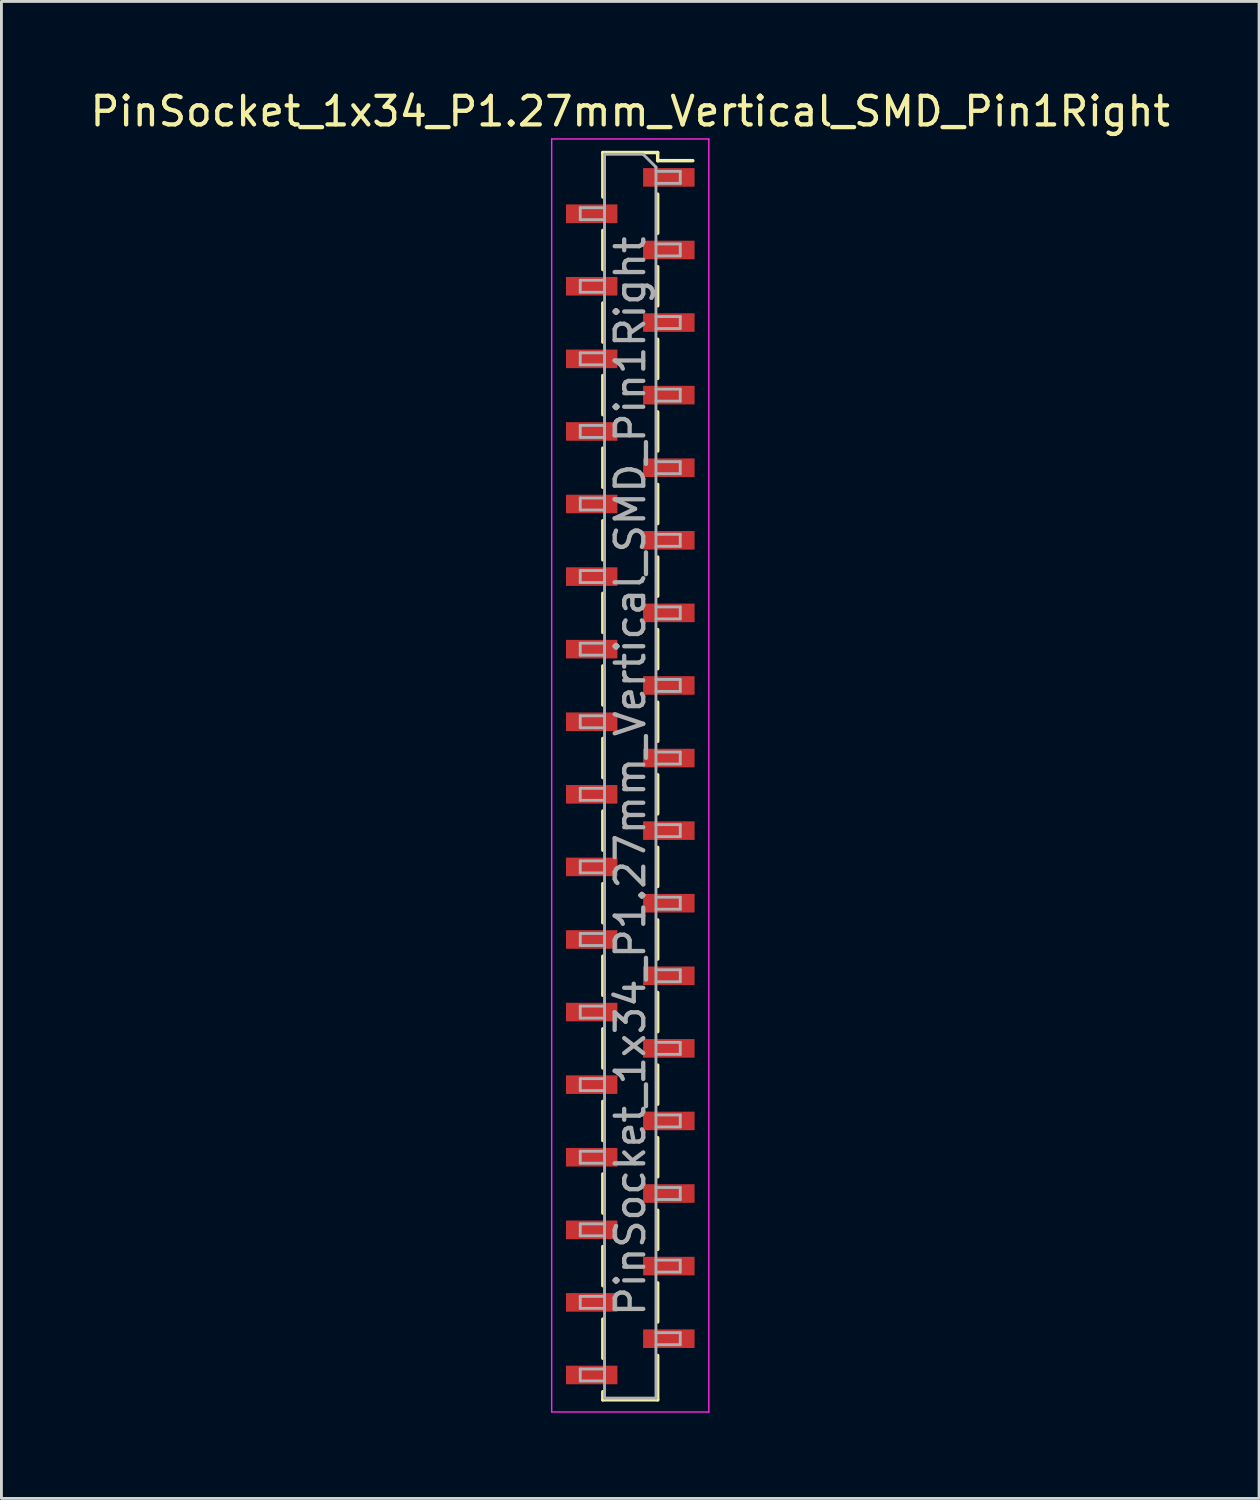
<source format=kicad_pcb>
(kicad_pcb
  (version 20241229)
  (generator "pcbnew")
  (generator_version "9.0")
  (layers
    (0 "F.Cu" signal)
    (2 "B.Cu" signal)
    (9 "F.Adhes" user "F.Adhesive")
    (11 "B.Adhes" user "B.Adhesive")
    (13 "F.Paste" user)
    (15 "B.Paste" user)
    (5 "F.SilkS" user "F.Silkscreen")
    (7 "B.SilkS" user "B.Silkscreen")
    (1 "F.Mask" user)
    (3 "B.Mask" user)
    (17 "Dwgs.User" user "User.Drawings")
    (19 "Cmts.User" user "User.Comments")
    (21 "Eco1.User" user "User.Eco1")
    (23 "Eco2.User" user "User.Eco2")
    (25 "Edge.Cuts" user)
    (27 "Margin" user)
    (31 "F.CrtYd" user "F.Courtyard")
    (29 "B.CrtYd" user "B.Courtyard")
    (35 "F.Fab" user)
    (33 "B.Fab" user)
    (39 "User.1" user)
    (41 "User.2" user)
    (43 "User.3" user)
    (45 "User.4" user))
  (footprint "PinSocket_1x34_P1.27mm_Vertical_SMD_Pin1Right"
    (layer "F.Cu")
    (at 19.006 24.113)
    (property "Reference" "PinSocket_1x34_P1.27mm_Vertical_SMD_Pin1Right" (at 0 -23.265 0) (layer "F.SilkS") (effects (font (size 1 1) (thickness 0.15))))
    (attr smd)
    (fp_line (start -0.96 -21.825) (end -0.96 -20.27) (stroke (width 0.12) (type solid)) (layer "F.SilkS"))
    (fp_line (start -0.96 -21.825) (end 0.96 -21.825) (stroke (width 0.12) (type solid)) (layer "F.SilkS"))
    (fp_line (start -0.96 -19.1) (end -0.96 -17.73) (stroke (width 0.12) (type solid)) (layer "F.SilkS"))
    (fp_line (start -0.96 -16.56) (end -0.96 -15.19) (stroke (width 0.12) (type solid)) (layer "F.SilkS"))
    (fp_line (start -0.96 -14.02) (end -0.96 -12.65) (stroke (width 0.12) (type solid)) (layer "F.SilkS"))
    (fp_line (start -0.96 -11.48) (end -0.96 -10.11) (stroke (width 0.12) (type solid)) (layer "F.SilkS"))
    (fp_line (start -0.96 -8.94) (end -0.96 -7.57) (stroke (width 0.12) (type solid)) (layer "F.SilkS"))
    (fp_line (start -0.96 -6.4) (end -0.96 -5.03) (stroke (width 0.12) (type solid)) (layer "F.SilkS"))
    (fp_line (start -0.96 -3.86) (end -0.96 -2.49) (stroke (width 0.12) (type solid)) (layer "F.SilkS"))
    (fp_line (start -0.96 -1.32) (end -0.96 0.05) (stroke (width 0.12) (type solid)) (layer "F.SilkS"))
    (fp_line (start -0.96 1.22) (end -0.96 2.59) (stroke (width 0.12) (type solid)) (layer "F.SilkS"))
    (fp_line (start -0.96 3.76) (end -0.96 5.13) (stroke (width 0.12) (type solid)) (layer "F.SilkS"))
    (fp_line (start -0.96 6.3) (end -0.96 7.67) (stroke (width 0.12) (type solid)) (layer "F.SilkS"))
    (fp_line (start -0.96 8.84) (end -0.96 10.21) (stroke (width 0.12) (type solid)) (layer "F.SilkS"))
    (fp_line (start -0.96 11.38) (end -0.96 12.75) (stroke (width 0.12) (type solid)) (layer "F.SilkS"))
    (fp_line (start -0.96 13.92) (end -0.96 15.29) (stroke (width 0.12) (type solid)) (layer "F.SilkS"))
    (fp_line (start -0.96 16.46) (end -0.96 17.83) (stroke (width 0.12) (type solid)) (layer "F.SilkS"))
    (fp_line (start -0.96 19) (end -0.96 20.37) (stroke (width 0.12) (type solid)) (layer "F.SilkS"))
    (fp_line (start -0.96 21.54) (end -0.96 21.825) (stroke (width 0.12) (type solid)) (layer "F.SilkS"))
    (fp_line (start -0.96 21.825) (end 0.96 21.825) (stroke (width 0.12) (type solid)) (layer "F.SilkS"))
    (fp_line (start 0.96 -21.825) (end 0.96 -21.54) (stroke (width 0.12) (type solid)) (layer "F.SilkS"))
    (fp_line (start 0.96 -21.54) (end 2.19 -21.54) (stroke (width 0.12) (type solid)) (layer "F.SilkS"))
    (fp_line (start 0.96 -20.37) (end 0.96 -19) (stroke (width 0.12) (type solid)) (layer "F.SilkS"))
    (fp_line (start 0.96 -17.83) (end 0.96 -16.46) (stroke (width 0.12) (type solid)) (layer "F.SilkS"))
    (fp_line (start 0.96 -15.29) (end 0.96 -13.92) (stroke (width 0.12) (type solid)) (layer "F.SilkS"))
    (fp_line (start 0.96 -12.75) (end 0.96 -11.38) (stroke (width 0.12) (type solid)) (layer "F.SilkS"))
    (fp_line (start 0.96 -10.21) (end 0.96 -8.84) (stroke (width 0.12) (type solid)) (layer "F.SilkS"))
    (fp_line (start 0.96 -7.67) (end 0.96 -6.3) (stroke (width 0.12) (type solid)) (layer "F.SilkS"))
    (fp_line (start 0.96 -5.13) (end 0.96 -3.76) (stroke (width 0.12) (type solid)) (layer "F.SilkS"))
    (fp_line (start 0.96 -2.59) (end 0.96 -1.22) (stroke (width 0.12) (type solid)) (layer "F.SilkS"))
    (fp_line (start 0.96 -0.05) (end 0.96 1.32) (stroke (width 0.12) (type solid)) (layer "F.SilkS"))
    (fp_line (start 0.96 2.49) (end 0.96 3.86) (stroke (width 0.12) (type solid)) (layer "F.SilkS"))
    (fp_line (start 0.96 5.03) (end 0.96 6.4) (stroke (width 0.12) (type solid)) (layer "F.SilkS"))
    (fp_line (start 0.96 7.57) (end 0.96 8.94) (stroke (width 0.12) (type solid)) (layer "F.SilkS"))
    (fp_line (start 0.96 10.11) (end 0.96 11.48) (stroke (width 0.12) (type solid)) (layer "F.SilkS"))
    (fp_line (start 0.96 12.65) (end 0.96 14.02) (stroke (width 0.12) (type solid)) (layer "F.SilkS"))
    (fp_line (start 0.96 15.19) (end 0.96 16.56) (stroke (width 0.12) (type solid)) (layer "F.SilkS"))
    (fp_line (start 0.96 17.73) (end 0.96 19.1) (stroke (width 0.12) (type solid)) (layer "F.SilkS"))
    (fp_line (start 0.96 20.27) (end 0.96 21.825) (stroke (width 0.12) (type solid)) (layer "F.SilkS"))
    (fp_line (start -2.75 -22.3) (end 2.75 -22.3) (stroke (width 0.05) (type solid)) (layer "F.CrtYd"))
    (fp_line (start -2.75 22.25) (end -2.75 -22.3) (stroke (width 0.05) (type solid)) (layer "F.CrtYd"))
    (fp_line (start 2.75 -22.3) (end 2.75 22.25) (stroke (width 0.05) (type solid)) (layer "F.CrtYd"))
    (fp_line (start 2.75 22.25) (end -2.75 22.25) (stroke (width 0.05) (type solid)) (layer "F.CrtYd"))
    (fp_line (start -1.75 -19.895) (end -0.9 -19.895) (stroke (width 0.1) (type solid)) (layer "F.Fab"))
    (fp_line (start -1.75 -19.475) (end -1.75 -19.895) (stroke (width 0.1) (type solid)) (layer "F.Fab"))
    (fp_line (start -1.75 -17.355) (end -0.9 -17.355) (stroke (width 0.1) (type solid)) (layer "F.Fab"))
    (fp_line (start -1.75 -16.935) (end -1.75 -17.355) (stroke (width 0.1) (type solid)) (layer "F.Fab"))
    (fp_line (start -1.75 -14.815) (end -0.9 -14.815) (stroke (width 0.1) (type solid)) (layer "F.Fab"))
    (fp_line (start -1.75 -14.395) (end -1.75 -14.815) (stroke (width 0.1) (type solid)) (layer "F.Fab"))
    (fp_line (start -1.75 -12.275) (end -0.9 -12.275) (stroke (width 0.1) (type solid)) (layer "F.Fab"))
    (fp_line (start -1.75 -11.855) (end -1.75 -12.275) (stroke (width 0.1) (type solid)) (layer "F.Fab"))
    (fp_line (start -1.75 -9.735) (end -0.9 -9.735) (stroke (width 0.1) (type solid)) (layer "F.Fab"))
    (fp_line (start -1.75 -9.315) (end -1.75 -9.735) (stroke (width 0.1) (type solid)) (layer "F.Fab"))
    (fp_line (start -1.75 -7.195) (end -0.9 -7.195) (stroke (width 0.1) (type solid)) (layer "F.Fab"))
    (fp_line (start -1.75 -6.775) (end -1.75 -7.195) (stroke (width 0.1) (type solid)) (layer "F.Fab"))
    (fp_line (start -1.75 -4.655) (end -0.9 -4.655) (stroke (width 0.1) (type solid)) (layer "F.Fab"))
    (fp_line (start -1.75 -4.235) (end -1.75 -4.655) (stroke (width 0.1) (type solid)) (layer "F.Fab"))
    (fp_line (start -1.75 -2.115) (end -0.9 -2.115) (stroke (width 0.1) (type solid)) (layer "F.Fab"))
    (fp_line (start -1.75 -1.695) (end -1.75 -2.115) (stroke (width 0.1) (type solid)) (layer "F.Fab"))
    (fp_line (start -1.75 0.425) (end -0.9 0.425) (stroke (width 0.1) (type solid)) (layer "F.Fab"))
    (fp_line (start -1.75 0.845) (end -1.75 0.425) (stroke (width 0.1) (type solid)) (layer "F.Fab"))
    (fp_line (start -1.75 2.965) (end -0.9 2.965) (stroke (width 0.1) (type solid)) (layer "F.Fab"))
    (fp_line (start -1.75 3.385) (end -1.75 2.965) (stroke (width 0.1) (type solid)) (layer "F.Fab"))
    (fp_line (start -1.75 5.505) (end -0.9 5.505) (stroke (width 0.1) (type solid)) (layer "F.Fab"))
    (fp_line (start -1.75 5.925) (end -1.75 5.505) (stroke (width 0.1) (type solid)) (layer "F.Fab"))
    (fp_line (start -1.75 8.045) (end -0.9 8.045) (stroke (width 0.1) (type solid)) (layer "F.Fab"))
    (fp_line (start -1.75 8.465) (end -1.75 8.045) (stroke (width 0.1) (type solid)) (layer "F.Fab"))
    (fp_line (start -1.75 10.585) (end -0.9 10.585) (stroke (width 0.1) (type solid)) (layer "F.Fab"))
    (fp_line (start -1.75 11.005) (end -1.75 10.585) (stroke (width 0.1) (type solid)) (layer "F.Fab"))
    (fp_line (start -1.75 13.125) (end -0.9 13.125) (stroke (width 0.1) (type solid)) (layer "F.Fab"))
    (fp_line (start -1.75 13.545) (end -1.75 13.125) (stroke (width 0.1) (type solid)) (layer "F.Fab"))
    (fp_line (start -1.75 15.665) (end -0.9 15.665) (stroke (width 0.1) (type solid)) (layer "F.Fab"))
    (fp_line (start -1.75 16.085) (end -1.75 15.665) (stroke (width 0.1) (type solid)) (layer "F.Fab"))
    (fp_line (start -1.75 18.205) (end -0.9 18.205) (stroke (width 0.1) (type solid)) (layer "F.Fab"))
    (fp_line (start -1.75 18.625) (end -1.75 18.205) (stroke (width 0.1) (type solid)) (layer "F.Fab"))
    (fp_line (start -1.75 20.745) (end -0.9 20.745) (stroke (width 0.1) (type solid)) (layer "F.Fab"))
    (fp_line (start -1.75 21.165) (end -1.75 20.745) (stroke (width 0.1) (type solid)) (layer "F.Fab"))
    (fp_line (start -0.9 -21.765) (end 0.45 -21.765) (stroke (width 0.1) (type solid)) (layer "F.Fab"))
    (fp_line (start -0.9 -19.475) (end -1.75 -19.475) (stroke (width 0.1) (type solid)) (layer "F.Fab"))
    (fp_line (start -0.9 -16.935) (end -1.75 -16.935) (stroke (width 0.1) (type solid)) (layer "F.Fab"))
    (fp_line (start -0.9 -14.395) (end -1.75 -14.395) (stroke (width 0.1) (type solid)) (layer "F.Fab"))
    (fp_line (start -0.9 -11.855) (end -1.75 -11.855) (stroke (width 0.1) (type solid)) (layer "F.Fab"))
    (fp_line (start -0.9 -9.315) (end -1.75 -9.315) (stroke (width 0.1) (type solid)) (layer "F.Fab"))
    (fp_line (start -0.9 -6.775) (end -1.75 -6.775) (stroke (width 0.1) (type solid)) (layer "F.Fab"))
    (fp_line (start -0.9 -4.235) (end -1.75 -4.235) (stroke (width 0.1) (type solid)) (layer "F.Fab"))
    (fp_line (start -0.9 -1.695) (end -1.75 -1.695) (stroke (width 0.1) (type solid)) (layer "F.Fab"))
    (fp_line (start -0.9 0.845) (end -1.75 0.845) (stroke (width 0.1) (type solid)) (layer "F.Fab"))
    (fp_line (start -0.9 3.385) (end -1.75 3.385) (stroke (width 0.1) (type solid)) (layer "F.Fab"))
    (fp_line (start -0.9 5.925) (end -1.75 5.925) (stroke (width 0.1) (type solid)) (layer "F.Fab"))
    (fp_line (start -0.9 8.465) (end -1.75 8.465) (stroke (width 0.1) (type solid)) (layer "F.Fab"))
    (fp_line (start -0.9 11.005) (end -1.75 11.005) (stroke (width 0.1) (type solid)) (layer "F.Fab"))
    (fp_line (start -0.9 13.545) (end -1.75 13.545) (stroke (width 0.1) (type solid)) (layer "F.Fab"))
    (fp_line (start -0.9 16.085) (end -1.75 16.085) (stroke (width 0.1) (type solid)) (layer "F.Fab"))
    (fp_line (start -0.9 18.625) (end -1.75 18.625) (stroke (width 0.1) (type solid)) (layer "F.Fab"))
    (fp_line (start -0.9 21.165) (end -1.75 21.165) (stroke (width 0.1) (type solid)) (layer "F.Fab"))
    (fp_line (start -0.9 21.765) (end -0.9 -21.765) (stroke (width 0.1) (type solid)) (layer "F.Fab"))
    (fp_line (start 0.45 -21.765) (end 0.9 -21.315) (stroke (width 0.1) (type solid)) (layer "F.Fab"))
    (fp_line (start 0.9 -21.315) (end 0.9 21.765) (stroke (width 0.1) (type solid)) (layer "F.Fab"))
    (fp_line (start 0.9 -21.165) (end 1.75 -21.165) (stroke (width 0.1) (type solid)) (layer "F.Fab"))
    (fp_line (start 0.9 -18.625) (end 1.75 -18.625) (stroke (width 0.1) (type solid)) (layer "F.Fab"))
    (fp_line (start 0.9 -16.085) (end 1.75 -16.085) (stroke (width 0.1) (type solid)) (layer "F.Fab"))
    (fp_line (start 0.9 -13.545) (end 1.75 -13.545) (stroke (width 0.1) (type solid)) (layer "F.Fab"))
    (fp_line (start 0.9 -11.005) (end 1.75 -11.005) (stroke (width 0.1) (type solid)) (layer "F.Fab"))
    (fp_line (start 0.9 -8.465) (end 1.75 -8.465) (stroke (width 0.1) (type solid)) (layer "F.Fab"))
    (fp_line (start 0.9 -5.925) (end 1.75 -5.925) (stroke (width 0.1) (type solid)) (layer "F.Fab"))
    (fp_line (start 0.9 -3.385) (end 1.75 -3.385) (stroke (width 0.1) (type solid)) (layer "F.Fab"))
    (fp_line (start 0.9 -0.845) (end 1.75 -0.845) (stroke (width 0.1) (type solid)) (layer "F.Fab"))
    (fp_line (start 0.9 1.695) (end 1.75 1.695) (stroke (width 0.1) (type solid)) (layer "F.Fab"))
    (fp_line (start 0.9 4.235) (end 1.75 4.235) (stroke (width 0.1) (type solid)) (layer "F.Fab"))
    (fp_line (start 0.9 6.775) (end 1.75 6.775) (stroke (width 0.1) (type solid)) (layer "F.Fab"))
    (fp_line (start 0.9 9.315) (end 1.75 9.315) (stroke (width 0.1) (type solid)) (layer "F.Fab"))
    (fp_line (start 0.9 11.855) (end 1.75 11.855) (stroke (width 0.1) (type solid)) (layer "F.Fab"))
    (fp_line (start 0.9 14.395) (end 1.75 14.395) (stroke (width 0.1) (type solid)) (layer "F.Fab"))
    (fp_line (start 0.9 16.935) (end 1.75 16.935) (stroke (width 0.1) (type solid)) (layer "F.Fab"))
    (fp_line (start 0.9 19.475) (end 1.75 19.475) (stroke (width 0.1) (type solid)) (layer "F.Fab"))
    (fp_line (start 0.9 21.765) (end -0.9 21.765) (stroke (width 0.1) (type solid)) (layer "F.Fab"))
    (fp_line (start 1.75 -21.165) (end 1.75 -20.745) (stroke (width 0.1) (type solid)) (layer "F.Fab"))
    (fp_line (start 1.75 -20.745) (end 0.9 -20.745) (stroke (width 0.1) (type solid)) (layer "F.Fab"))
    (fp_line (start 1.75 -18.625) (end 1.75 -18.205) (stroke (width 0.1) (type solid)) (layer "F.Fab"))
    (fp_line (start 1.75 -18.205) (end 0.9 -18.205) (stroke (width 0.1) (type solid)) (layer "F.Fab"))
    (fp_line (start 1.75 -16.085) (end 1.75 -15.665) (stroke (width 0.1) (type solid)) (layer "F.Fab"))
    (fp_line (start 1.75 -15.665) (end 0.9 -15.665) (stroke (width 0.1) (type solid)) (layer "F.Fab"))
    (fp_line (start 1.75 -13.545) (end 1.75 -13.125) (stroke (width 0.1) (type solid)) (layer "F.Fab"))
    (fp_line (start 1.75 -13.125) (end 0.9 -13.125) (stroke (width 0.1) (type solid)) (layer "F.Fab"))
    (fp_line (start 1.75 -11.005) (end 1.75 -10.585) (stroke (width 0.1) (type solid)) (layer "F.Fab"))
    (fp_line (start 1.75 -10.585) (end 0.9 -10.585) (stroke (width 0.1) (type solid)) (layer "F.Fab"))
    (fp_line (start 1.75 -8.465) (end 1.75 -8.045) (stroke (width 0.1) (type solid)) (layer "F.Fab"))
    (fp_line (start 1.75 -8.045) (end 0.9 -8.045) (stroke (width 0.1) (type solid)) (layer "F.Fab"))
    (fp_line (start 1.75 -5.925) (end 1.75 -5.505) (stroke (width 0.1) (type solid)) (layer "F.Fab"))
    (fp_line (start 1.75 -5.505) (end 0.9 -5.505) (stroke (width 0.1) (type solid)) (layer "F.Fab"))
    (fp_line (start 1.75 -3.385) (end 1.75 -2.965) (stroke (width 0.1) (type solid)) (layer "F.Fab"))
    (fp_line (start 1.75 -2.965) (end 0.9 -2.965) (stroke (width 0.1) (type solid)) (layer "F.Fab"))
    (fp_line (start 1.75 -0.845) (end 1.75 -0.425) (stroke (width 0.1) (type solid)) (layer "F.Fab"))
    (fp_line (start 1.75 -0.425) (end 0.9 -0.425) (stroke (width 0.1) (type solid)) (layer "F.Fab"))
    (fp_line (start 1.75 1.695) (end 1.75 2.115) (stroke (width 0.1) (type solid)) (layer "F.Fab"))
    (fp_line (start 1.75 2.115) (end 0.9 2.115) (stroke (width 0.1) (type solid)) (layer "F.Fab"))
    (fp_line (start 1.75 4.235) (end 1.75 4.655) (stroke (width 0.1) (type solid)) (layer "F.Fab"))
    (fp_line (start 1.75 4.655) (end 0.9 4.655) (stroke (width 0.1) (type solid)) (layer "F.Fab"))
    (fp_line (start 1.75 6.775) (end 1.75 7.195) (stroke (width 0.1) (type solid)) (layer "F.Fab"))
    (fp_line (start 1.75 7.195) (end 0.9 7.195) (stroke (width 0.1) (type solid)) (layer "F.Fab"))
    (fp_line (start 1.75 9.315) (end 1.75 9.735) (stroke (width 0.1) (type solid)) (layer "F.Fab"))
    (fp_line (start 1.75 9.735) (end 0.9 9.735) (stroke (width 0.1) (type solid)) (layer "F.Fab"))
    (fp_line (start 1.75 11.855) (end 1.75 12.275) (stroke (width 0.1) (type solid)) (layer "F.Fab"))
    (fp_line (start 1.75 12.275) (end 0.9 12.275) (stroke (width 0.1) (type solid)) (layer "F.Fab"))
    (fp_line (start 1.75 14.395) (end 1.75 14.815) (stroke (width 0.1) (type solid)) (layer "F.Fab"))
    (fp_line (start 1.75 14.815) (end 0.9 14.815) (stroke (width 0.1) (type solid)) (layer "F.Fab"))
    (fp_line (start 1.75 16.935) (end 1.75 17.355) (stroke (width 0.1) (type solid)) (layer "F.Fab"))
    (fp_line (start 1.75 17.355) (end 0.9 17.355) (stroke (width 0.1) (type solid)) (layer "F.Fab"))
    (fp_line (start 1.75 19.475) (end 1.75 19.895) (stroke (width 0.1) (type solid)) (layer "F.Fab"))
    (fp_line (start 1.75 19.895) (end 0.9 19.895) (stroke (width 0.1) (type solid)) (layer "F.Fab"))
    (fp_text user "${REFERENCE}" (at 0 0 90) (layer "F.Fab") (effects (font (size 1 1) (thickness 0.15))))
    (pad "1" smd rect (at 1.35 -20.955) (size 1.8 0.65) (layers "F.Cu" "F.Mask" "F.Paste"))
    (pad "2" smd rect (at -1.35 -19.685) (size 1.8 0.65) (layers "F.Cu" "F.Mask" "F.Paste"))
    (pad "3" smd rect (at 1.35 -18.415) (size 1.8 0.65) (layers "F.Cu" "F.Mask" "F.Paste"))
    (pad "4" smd rect (at -1.35 -17.145) (size 1.8 0.65) (layers "F.Cu" "F.Mask" "F.Paste"))
    (pad "5" smd rect (at 1.35 -15.875) (size 1.8 0.65) (layers "F.Cu" "F.Mask" "F.Paste"))
    (pad "6" smd rect (at -1.35 -14.605) (size 1.8 0.65) (layers "F.Cu" "F.Mask" "F.Paste"))
    (pad "7" smd rect (at 1.35 -13.335) (size 1.8 0.65) (layers "F.Cu" "F.Mask" "F.Paste"))
    (pad "8" smd rect (at -1.35 -12.065) (size 1.8 0.65) (layers "F.Cu" "F.Mask" "F.Paste"))
    (pad "9" smd rect (at 1.35 -10.795) (size 1.8 0.65) (layers "F.Cu" "F.Mask" "F.Paste"))
    (pad "10" smd rect (at -1.35 -9.525) (size 1.8 0.65) (layers "F.Cu" "F.Mask" "F.Paste"))
    (pad "11" smd rect (at 1.35 -8.255) (size 1.8 0.65) (layers "F.Cu" "F.Mask" "F.Paste"))
    (pad "12" smd rect (at -1.35 -6.985) (size 1.8 0.65) (layers "F.Cu" "F.Mask" "F.Paste"))
    (pad "13" smd rect (at 1.35 -5.715) (size 1.8 0.65) (layers "F.Cu" "F.Mask" "F.Paste"))
    (pad "14" smd rect (at -1.35 -4.445) (size 1.8 0.65) (layers "F.Cu" "F.Mask" "F.Paste"))
    (pad "15" smd rect (at 1.35 -3.175) (size 1.8 0.65) (layers "F.Cu" "F.Mask" "F.Paste"))
    (pad "16" smd rect (at -1.35 -1.905) (size 1.8 0.65) (layers "F.Cu" "F.Mask" "F.Paste"))
    (pad "17" smd rect (at 1.35 -0.635) (size 1.8 0.65) (layers "F.Cu" "F.Mask" "F.Paste"))
    (pad "18" smd rect (at -1.35 0.635) (size 1.8 0.65) (layers "F.Cu" "F.Mask" "F.Paste"))
    (pad "19" smd rect (at 1.35 1.905) (size 1.8 0.65) (layers "F.Cu" "F.Mask" "F.Paste"))
    (pad "20" smd rect (at -1.35 3.175) (size 1.8 0.65) (layers "F.Cu" "F.Mask" "F.Paste"))
    (pad "21" smd rect (at 1.35 4.445) (size 1.8 0.65) (layers "F.Cu" "F.Mask" "F.Paste"))
    (pad "22" smd rect (at -1.35 5.715) (size 1.8 0.65) (layers "F.Cu" "F.Mask" "F.Paste"))
    (pad "23" smd rect (at 1.35 6.985) (size 1.8 0.65) (layers "F.Cu" "F.Mask" "F.Paste"))
    (pad "24" smd rect (at -1.35 8.255) (size 1.8 0.65) (layers "F.Cu" "F.Mask" "F.Paste"))
    (pad "25" smd rect (at 1.35 9.525) (size 1.8 0.65) (layers "F.Cu" "F.Mask" "F.Paste"))
    (pad "26" smd rect (at -1.35 10.795) (size 1.8 0.65) (layers "F.Cu" "F.Mask" "F.Paste"))
    (pad "27" smd rect (at 1.35 12.065) (size 1.8 0.65) (layers "F.Cu" "F.Mask" "F.Paste"))
    (pad "28" smd rect (at -1.35 13.335) (size 1.8 0.65) (layers "F.Cu" "F.Mask" "F.Paste"))
    (pad "29" smd rect (at 1.35 14.605) (size 1.8 0.65) (layers "F.Cu" "F.Mask" "F.Paste"))
    (pad "30" smd rect (at -1.35 15.875) (size 1.8 0.65) (layers "F.Cu" "F.Mask" "F.Paste"))
    (pad "31" smd rect (at 1.35 17.145) (size 1.8 0.65) (layers "F.Cu" "F.Mask" "F.Paste"))
    (pad "32" smd rect (at -1.35 18.415) (size 1.8 0.65) (layers "F.Cu" "F.Mask" "F.Paste"))
    (pad "33" smd rect (at 1.35 19.685) (size 1.8 0.65) (layers "F.Cu" "F.Mask" "F.Paste"))
    (pad "34" smd rect (at -1.35 20.955) (size 1.8 0.65) (layers "F.Cu" "F.Mask" "F.Paste")))
  (gr_rect
    (start -3 -3)
    (end 41.012 49.388)
    (stroke (width 0.1) (type default))
    (fill no)
    (layer "Edge.Cuts")))
</source>
